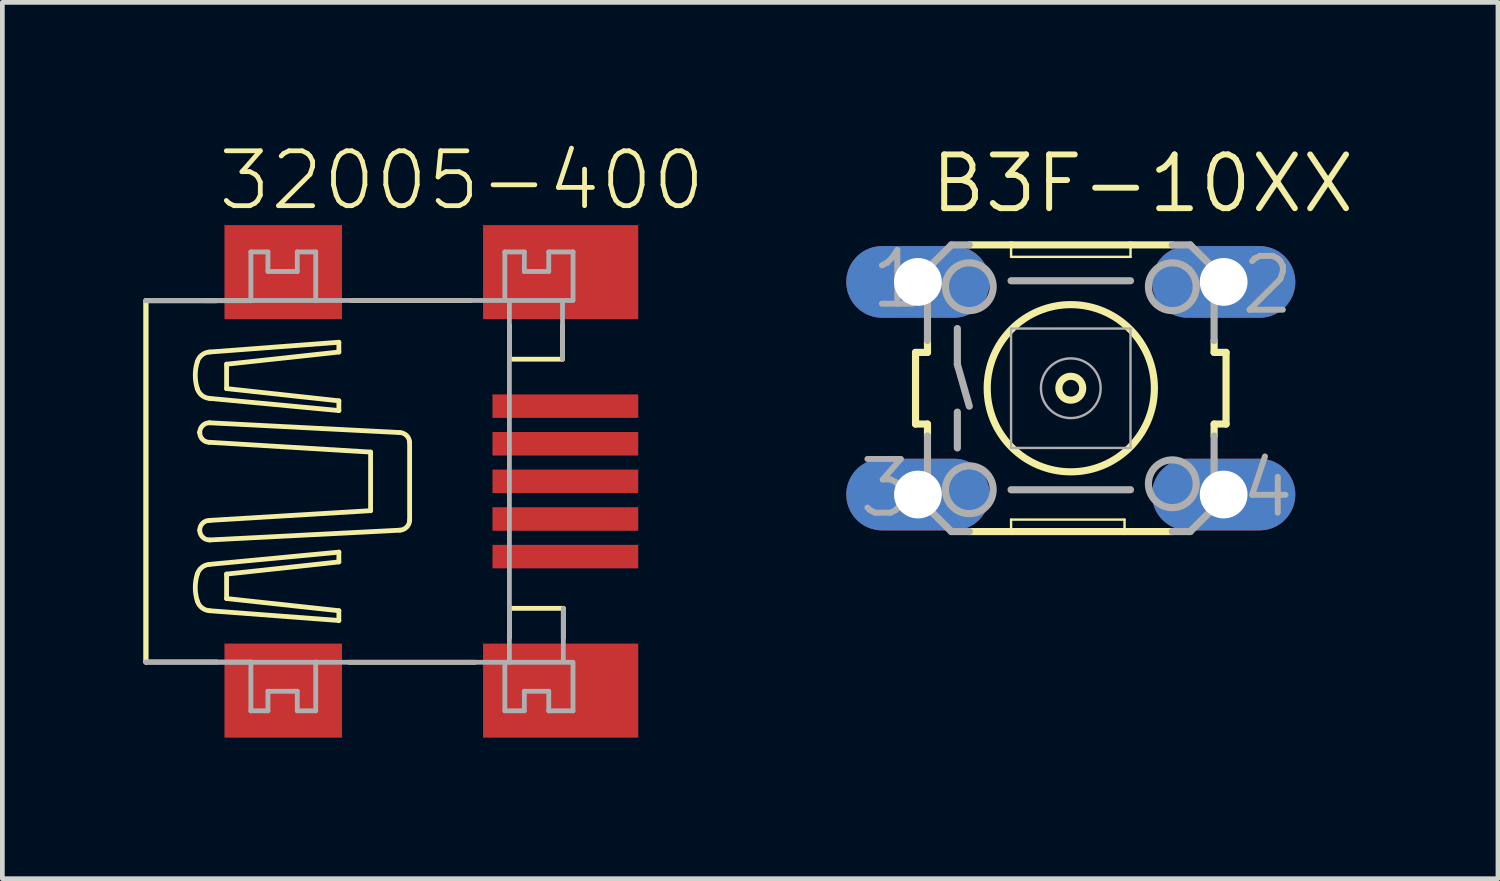
<source format=kicad_pcb>
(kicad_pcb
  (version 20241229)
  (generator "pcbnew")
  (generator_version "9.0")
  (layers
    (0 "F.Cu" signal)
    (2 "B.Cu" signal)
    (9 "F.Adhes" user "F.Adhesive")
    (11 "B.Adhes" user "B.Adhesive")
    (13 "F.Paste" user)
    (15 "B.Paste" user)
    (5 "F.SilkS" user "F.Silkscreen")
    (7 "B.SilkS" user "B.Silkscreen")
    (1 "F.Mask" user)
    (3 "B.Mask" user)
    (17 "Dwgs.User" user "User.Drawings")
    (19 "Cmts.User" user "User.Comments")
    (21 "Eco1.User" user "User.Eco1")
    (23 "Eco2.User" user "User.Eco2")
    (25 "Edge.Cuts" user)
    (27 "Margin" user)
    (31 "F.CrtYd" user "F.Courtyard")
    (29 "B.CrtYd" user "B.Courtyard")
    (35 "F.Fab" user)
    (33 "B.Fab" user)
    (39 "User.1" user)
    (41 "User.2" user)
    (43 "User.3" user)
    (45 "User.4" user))
  (footprint "B3F-10XX"
    (layer "F.Cu")
    (at 19.724 5.207)
    (property "Reference" "B3F-10XX" (at -3.048 -3.683 0) (layer "F.SilkS") (effects (font (size 1.143 1.143) (thickness 0.127)) (justify left bottom)))
    (fp_line (start -3.302 -0.762) (end -3.302 0.762) (stroke (width 0.152) (type solid)) (layer "F.SilkS"))
    (fp_line (start -3.302 -0.762) (end -3.048 -0.762) (stroke (width 0.152) (type solid)) (layer "F.SilkS"))
    (fp_line (start -3.048 -0.762) (end -3.048 -1.016) (stroke (width 0.152) (type solid)) (layer "F.SilkS"))
    (fp_line (start -3.048 0.762) (end -3.302 0.762) (stroke (width 0.152) (type solid)) (layer "F.SilkS"))
    (fp_line (start -3.048 0.762) (end -3.048 1.016) (stroke (width 0.152) (type solid)) (layer "F.SilkS"))
    (fp_line (start -2.159 3.048) (end -1.27 3.048) (stroke (width 0.152) (type solid)) (layer "F.SilkS"))
    (fp_line (start -1.27 -3.048) (end -2.159 -3.048) (stroke (width 0.152) (type solid)) (layer "F.SilkS"))
    (fp_line (start -1.27 -3.048) (end -1.27 -2.794) (stroke (width 0.051) (type solid)) (layer "F.SilkS"))
    (fp_line (start -1.27 2.794) (end -1.27 3.048) (stroke (width 0.051) (type solid)) (layer "F.SilkS"))
    (fp_line (start -1.27 3.048) (end 1.143 3.048) (stroke (width 0.152) (type solid)) (layer "F.SilkS"))
    (fp_line (start 1.143 2.794) (end -1.27 2.794) (stroke (width 0.051) (type solid)) (layer "F.SilkS"))
    (fp_line (start 1.143 2.794) (end 1.143 3.048) (stroke (width 0.051) (type solid)) (layer "F.SilkS"))
    (fp_line (start 1.143 3.048) (end 2.159 3.048) (stroke (width 0.152) (type solid)) (layer "F.SilkS"))
    (fp_line (start 1.27 -3.048) (end -1.27 -3.048) (stroke (width 0.152) (type solid)) (layer "F.SilkS"))
    (fp_line (start 1.27 -2.794) (end -1.27 -2.794) (stroke (width 0.051) (type solid)) (layer "F.SilkS"))
    (fp_line (start 1.27 -2.794) (end 1.27 -3.048) (stroke (width 0.051) (type solid)) (layer "F.SilkS"))
    (fp_line (start 2.159 -3.048) (end 1.27 -3.048) (stroke (width 0.152) (type solid)) (layer "F.SilkS"))
    (fp_line (start 3.048 -0.762) (end 3.048 -1.016) (stroke (width 0.152) (type solid)) (layer "F.SilkS"))
    (fp_line (start 3.048 -0.762) (end 3.302 -0.762) (stroke (width 0.152) (type solid)) (layer "F.SilkS"))
    (fp_line (start 3.048 0.762) (end 3.048 1.016) (stroke (width 0.152) (type solid)) (layer "F.SilkS"))
    (fp_line (start 3.302 0.762) (end 3.048 0.762) (stroke (width 0.152) (type solid)) (layer "F.SilkS"))
    (fp_line (start 3.302 0.762) (end 3.302 -0.762) (stroke (width 0.152) (type solid)) (layer "F.SilkS"))
    (fp_circle (center 0 0) (end 0.254 0) (stroke (width 0.152) (type solid)) (fill no) (layer "F.SilkS"))
    (fp_circle (center 0 0) (end 1.778 0) (stroke (width 0.152) (type solid)) (fill no) (layer "F.SilkS"))
    (fp_line (start -3.048 -2.54) (end -3.048 -1.016) (stroke (width 0.152) (type solid)) (layer "F.Fab"))
    (fp_line (start -3.048 2.54) (end -3.048 1.016) (stroke (width 0.152) (type solid)) (layer "F.Fab"))
    (fp_line (start -2.54 -3.048) (end -3.048 -2.54) (stroke (width 0.152) (type solid)) (layer "F.Fab"))
    (fp_line (start -2.54 -3.048) (end -2.159 -3.048) (stroke (width 0.152) (type solid)) (layer "F.Fab"))
    (fp_line (start -2.54 3.048) (end -3.048 2.54) (stroke (width 0.152) (type solid)) (layer "F.Fab"))
    (fp_line (start -2.54 3.048) (end -2.159 3.048) (stroke (width 0.152) (type solid)) (layer "F.Fab"))
    (fp_line (start -2.413 -1.27) (end -2.413 -0.508) (stroke (width 0.152) (type solid)) (layer "F.Fab"))
    (fp_line (start -2.413 -0.508) (end -2.159 0.381) (stroke (width 0.152) (type solid)) (layer "F.Fab"))
    (fp_line (start -2.413 0.508) (end -2.413 1.27) (stroke (width 0.152) (type solid)) (layer "F.Fab"))
    (fp_line (start -1.27 -1.27) (end -1.27 1.27) (stroke (width 0.051) (type solid)) (layer "F.Fab"))
    (fp_line (start -1.27 -1.27) (end 1.27 -1.27) (stroke (width 0.051) (type solid)) (layer "F.Fab"))
    (fp_line (start -1.27 2.159) (end 1.27 2.159) (stroke (width 0.152) (type solid)) (layer "F.Fab"))
    (fp_line (start 1.27 -2.286) (end -1.27 -2.286) (stroke (width 0.152) (type solid)) (layer "F.Fab"))
    (fp_line (start 1.27 1.27) (end -1.27 1.27) (stroke (width 0.051) (type solid)) (layer "F.Fab"))
    (fp_line (start 1.27 1.27) (end 1.27 -1.27) (stroke (width 0.051) (type solid)) (layer "F.Fab"))
    (fp_line (start 2.54 -3.048) (end 2.159 -3.048) (stroke (width 0.152) (type solid)) (layer "F.Fab"))
    (fp_line (start 2.54 3.048) (end 2.159 3.048) (stroke (width 0.152) (type solid)) (layer "F.Fab"))
    (fp_line (start 2.54 3.048) (end 3.048 2.54) (stroke (width 0.152) (type solid)) (layer "F.Fab"))
    (fp_line (start 3.048 -2.54) (end 2.54 -3.048) (stroke (width 0.152) (type solid)) (layer "F.Fab"))
    (fp_line (start 3.048 -1.016) (end 3.048 -2.54) (stroke (width 0.152) (type solid)) (layer "F.Fab"))
    (fp_line (start 3.048 2.54) (end 3.048 1.016) (stroke (width 0.152) (type solid)) (layer "F.Fab"))
    (fp_circle (center -2.159 -2.159) (end -1.651 -2.159) (stroke (width 0.152) (type solid)) (fill no) (layer "F.Fab"))
    (fp_circle (center -2.159 2.159) (end -1.651 2.159) (stroke (width 0.152) (type solid)) (fill no) (layer "F.Fab"))
    (fp_circle (center 0 0) (end 0.635 0) (stroke (width 0.051) (type solid)) (fill no) (layer "F.Fab"))
    (fp_circle (center 2.159 -2.159) (end 2.667 -2.159) (stroke (width 0.152) (type solid)) (fill no) (layer "F.Fab"))
    (fp_circle (center 2.159 2.032) (end 2.667 2.032) (stroke (width 0.152) (type solid)) (fill no) (layer "F.Fab"))
    (fp_text user "3" (at -4.572 2.794 0) (layer "F.Fab") (effects (font (size 1.143 1.143) (thickness 0.127)) (justify left bottom)))
    (fp_text user "1" (at -4.318 -1.651 0) (layer "F.Fab") (effects (font (size 1.143 1.143) (thickness 0.127)) (justify left bottom)))
    (fp_text user "2" (at 3.556 -1.524 0) (layer "F.Fab") (effects (font (size 1.143 1.143) (thickness 0.127)) (justify left bottom)))
    (fp_text user "4" (at 3.556 2.794 0) (layer "F.Fab") (effects (font (size 1.143 1.143) (thickness 0.127)) (justify left bottom)))
    (pad "1" thru_hole oval (at -3.251 -2.261) (size 3.048 1.524) (drill 1.016) (layers "*.Cu" "*.Mask"))
    (pad "2" thru_hole oval (at 3.251 -2.261) (size 3.048 1.524) (drill 1.016) (layers "*.Cu" "*.Mask"))
    (pad "3" thru_hole oval (at -3.251 2.261) (size 3.048 1.524) (drill 1.016) (layers "*.Cu" "*.Mask"))
    (pad "4" thru_hole oval (at 3.251 2.261) (size 3.048 1.524) (drill 1.016) (layers "*.Cu" "*.Mask")))
  (footprint "32005-400"
    (layer "F.Cu")
    (at 5.974 7.188)
    (property "Reference" "32005-400" (at -4.445 -5.715 0) (layer "F.SilkS") (effects (font (size 1.168 1.168) (thickness 0.102)) (justify left bottom)))
    (fp_line (start -5.923 3.847) (end -5.923 -3.847) (stroke (width 0.102) (type solid)) (layer "F.SilkS"))
    (fp_line (start -5.918 -3.842) (end -4.415 -3.841) (stroke (width 0.102) (type solid)) (layer "F.SilkS"))
    (fp_line (start -5.918 3.841) (end -5.918 -3.842) (stroke (width 0.102) (type solid)) (layer "F.SilkS"))
    (fp_line (start -5.918 3.841) (end -4.415 3.841) (stroke (width 0.102) (type solid)) (layer "F.SilkS"))
    (fp_line (start -5.918 3.841) (end -5.918 3.841) (stroke (width 0.102) (type solid)) (layer "F.SilkS"))
    (fp_line (start -4.776 -1.038) (end -4.776 -1.038) (stroke (width 0.102) (type solid)) (layer "F.SilkS"))
    (fp_line (start -4.569 -1.765) (end -1.817 -1.506) (stroke (width 0.102) (type solid)) (layer "F.SilkS"))
    (fp_line (start -4.569 -0.831) (end -1.142 -0.623) (stroke (width 0.102) (type solid)) (layer "F.SilkS"))
    (fp_line (start -4.569 0.83) (end -1.142 0.623) (stroke (width 0.102) (type solid)) (layer "F.SilkS"))
    (fp_line (start -4.569 1.765) (end -1.817 1.505) (stroke (width 0.102) (type solid)) (layer "F.SilkS"))
    (fp_line (start -4.568 -1.246) (end -0.519 -1.038) (stroke (width 0.102) (type solid)) (layer "F.SilkS"))
    (fp_line (start -4.568 1.246) (end -0.519 1.038) (stroke (width 0.102) (type solid)) (layer "F.SilkS"))
    (fp_line (start -4.205 -2.492) (end -1.817 -2.751) (stroke (width 0.102) (type solid)) (layer "F.SilkS"))
    (fp_line (start -4.205 -1.973) (end -4.205 -2.492) (stroke (width 0.102) (type solid)) (layer "F.SilkS"))
    (fp_line (start -4.205 1.972) (end -4.205 2.492) (stroke (width 0.102) (type solid)) (layer "F.SilkS"))
    (fp_line (start -4.205 2.492) (end -1.817 2.751) (stroke (width 0.102) (type solid)) (layer "F.SilkS"))
    (fp_line (start -1.817 -2.959) (end -4.569 -2.751) (stroke (width 0.102) (type solid)) (layer "F.SilkS"))
    (fp_line (start -1.817 -2.751) (end -1.817 -2.959) (stroke (width 0.102) (type solid)) (layer "F.SilkS"))
    (fp_line (start -1.817 -1.713) (end -4.205 -1.973) (stroke (width 0.102) (type solid)) (layer "F.SilkS"))
    (fp_line (start -1.817 -1.506) (end -1.817 -1.713) (stroke (width 0.102) (type solid)) (layer "F.SilkS"))
    (fp_line (start -1.817 1.505) (end -1.817 1.713) (stroke (width 0.102) (type solid)) (layer "F.SilkS"))
    (fp_line (start -1.817 1.713) (end -4.205 1.972) (stroke (width 0.102) (type solid)) (layer "F.SilkS"))
    (fp_line (start -1.817 2.751) (end -1.817 2.959) (stroke (width 0.102) (type solid)) (layer "F.SilkS"))
    (fp_line (start -1.817 2.959) (end -4.569 2.751) (stroke (width 0.102) (type solid)) (layer "F.SilkS"))
    (fp_line (start -1.552 -3.847) (end 0.983 -3.847) (stroke (width 0.102) (type solid)) (layer "F.SilkS"))
    (fp_line (start -1.142 0.623) (end -1.142 -0.623) (stroke (width 0.102) (type solid)) (layer "F.SilkS"))
    (fp_line (start -0.312 0.83) (end -0.312 -0.831) (stroke (width 0.102) (type solid)) (layer "F.SilkS"))
    (fp_line (start 1.084 3.847) (end -1.603 3.847) (stroke (width 0.102) (type solid)) (layer "F.SilkS"))
    (fp_line (start 1.81 -2.599) (end 1.81 -3.324) (stroke (width 0.102) (type solid)) (layer "F.SilkS"))
    (fp_line (start 1.81 2.7) (end 1.81 3.324) (stroke (width 0.102) (type solid)) (layer "F.SilkS"))
    (fp_line (start 2.94 -3.324) (end 2.94 -2.599) (stroke (width 0.102) (type solid)) (layer "F.SilkS"))
    (fp_line (start 2.94 -2.599) (end 1.81 -2.599) (stroke (width 0.102) (type solid)) (layer "F.SilkS"))
    (fp_line (start 2.957 2.7) (end 1.81 2.7) (stroke (width 0.102) (type solid)) (layer "F.SilkS"))
    (fp_line (start 2.957 3.332) (end 2.957 2.7) (stroke (width 0.102) (type solid)) (layer "F.SilkS"))
    (fp_arc (start -4.828 -2.5438) (mid -4.730297 -2.687659) (end -4.5685 -2.7514) (stroke (width 0.1016) (type solid)) (layer "F.SilkS"))
    (fp_arc (start -4.828 -1.9727) (mid -4.870802 -2.25825) (end -4.828 -2.5438) (stroke (width 0.1016) (type solid)) (layer "F.SilkS"))
    (fp_arc (start -4.828 1.9725) (mid -4.730298 1.828641) (end -4.568501 1.764899) (stroke (width 0.1016) (type solid)) (layer "F.SilkS"))
    (fp_arc (start -4.828 2.5436) (mid -4.870802 2.25805) (end -4.828 1.9725) (stroke (width 0.1016) (type solid)) (layer "F.SilkS"))
    (fp_arc (start -4.7761 -1.0383) (mid -4.715295 -1.185095) (end -4.5685 -1.2459) (stroke (width 0.1016) (type solid)) (layer "F.SilkS"))
    (fp_arc (start -4.7761 1.038) (mid -4.715295 0.891205) (end -4.5685 0.8304) (stroke (width 0.1016) (type solid)) (layer "F.SilkS"))
    (fp_arc (start -4.568501 -1.765099) (mid -4.730298 -1.828841) (end -4.828 -1.9727) (stroke (width 0.1016) (type solid)) (layer "F.SilkS"))
    (fp_arc (start -4.5685 -0.8306) (mid -4.715295 -0.891405) (end -4.7761 -1.0382) (stroke (width 0.1016) (type solid)) (layer "F.SilkS"))
    (fp_arc (start -4.5685 1.2457) (mid -4.715295 1.184895) (end -4.7761 1.0381) (stroke (width 0.1016) (type solid)) (layer "F.SilkS"))
    (fp_arc (start -4.5685 2.7512) (mid -4.730297 2.687459) (end -4.828 2.5436) (stroke (width 0.1016) (type solid)) (layer "F.SilkS"))
    (fp_arc (start -0.5192 -1.0383) (mid -0.375653 -0.974177) (end -0.311598 -0.8306) (stroke (width 0.1016) (type solid)) (layer "F.SilkS"))
    (fp_arc (start -0.311599 0.830399) (mid -0.375679 0.973951) (end -0.5192 1.0381) (stroke (width 0.1016) (type solid)) (layer "F.SilkS"))
    (fp_line (start -5.923 -3.847) (end 3.16 -3.847) (stroke (width 0.102) (type solid)) (layer "F.Fab"))
    (fp_line (start -5.918 -3.842) (end -3.688 -3.842) (stroke (width 0.102) (type solid)) (layer "F.Fab"))
    (fp_line (start -5.918 3.841) (end -3.688 3.841) (stroke (width 0.102) (type solid)) (layer "F.Fab"))
    (fp_line (start -3.688 -4.88) (end -3.325 -4.88) (stroke (width 0.102) (type solid)) (layer "F.Fab"))
    (fp_line (start -3.688 -3.842) (end -3.688 -4.88) (stroke (width 0.102) (type solid)) (layer "F.Fab"))
    (fp_line (start -3.688 3.841) (end -3.688 4.88) (stroke (width 0.102) (type solid)) (layer "F.Fab"))
    (fp_line (start -3.688 4.88) (end -3.325 4.88) (stroke (width 0.102) (type solid)) (layer "F.Fab"))
    (fp_line (start -3.325 -4.88) (end -3.325 -4.465) (stroke (width 0.102) (type solid)) (layer "F.Fab"))
    (fp_line (start -3.325 -4.465) (end -2.701 -4.465) (stroke (width 0.102) (type solid)) (layer "F.Fab"))
    (fp_line (start -3.325 4.464) (end -2.701 4.464) (stroke (width 0.102) (type solid)) (layer "F.Fab"))
    (fp_line (start -3.325 4.88) (end -3.325 4.464) (stroke (width 0.102) (type solid)) (layer "F.Fab"))
    (fp_line (start -2.701 -4.88) (end -2.309 -4.88) (stroke (width 0.102) (type solid)) (layer "F.Fab"))
    (fp_line (start -2.701 -4.465) (end -2.701 -4.88) (stroke (width 0.102) (type solid)) (layer "F.Fab"))
    (fp_line (start -2.701 4.464) (end -2.701 4.88) (stroke (width 0.102) (type solid)) (layer "F.Fab"))
    (fp_line (start -2.701 4.88) (end -2.309 4.88) (stroke (width 0.102) (type solid)) (layer "F.Fab"))
    (fp_line (start -2.309 -4.88) (end -2.309 -3.842) (stroke (width 0.102) (type solid)) (layer "F.Fab"))
    (fp_line (start -2.309 4.88) (end -2.309 3.841) (stroke (width 0.102) (type solid)) (layer "F.Fab"))
    (fp_line (start 1.713 -4.88) (end 2.128 -4.88) (stroke (width 0.102) (type solid)) (layer "F.Fab"))
    (fp_line (start 1.713 -3.886) (end 1.713 -4.88) (stroke (width 0.102) (type solid)) (layer "F.Fab"))
    (fp_line (start 1.713 3.885) (end 1.713 4.88) (stroke (width 0.102) (type solid)) (layer "F.Fab"))
    (fp_line (start 1.713 4.88) (end 2.128 4.88) (stroke (width 0.102) (type solid)) (layer "F.Fab"))
    (fp_line (start 1.81 -3.78) (end 1.81 3.847) (stroke (width 0.102) (type solid)) (layer "F.Fab"))
    (fp_line (start 2.128 -4.88) (end 2.128 -4.465) (stroke (width 0.102) (type solid)) (layer "F.Fab"))
    (fp_line (start 2.128 -4.465) (end 2.647 -4.465) (stroke (width 0.102) (type solid)) (layer "F.Fab"))
    (fp_line (start 2.128 4.464) (end 2.647 4.464) (stroke (width 0.102) (type solid)) (layer "F.Fab"))
    (fp_line (start 2.128 4.88) (end 2.128 4.464) (stroke (width 0.102) (type solid)) (layer "F.Fab"))
    (fp_line (start 2.647 -4.88) (end 3.164 -4.88) (stroke (width 0.102) (type solid)) (layer "F.Fab"))
    (fp_line (start 2.647 -4.465) (end 2.647 -4.88) (stroke (width 0.102) (type solid)) (layer "F.Fab"))
    (fp_line (start 2.647 4.464) (end 2.647 4.88) (stroke (width 0.102) (type solid)) (layer "F.Fab"))
    (fp_line (start 2.647 4.88) (end 3.163 4.88) (stroke (width 0.102) (type solid)) (layer "F.Fab"))
    (fp_line (start 2.94 -3.797) (end 2.94 -2.599) (stroke (width 0.102) (type solid)) (layer "F.Fab"))
    (fp_line (start 2.957 3.822) (end 2.957 2.7) (stroke (width 0.102) (type solid)) (layer "F.Fab"))
    (fp_line (start 3.16 3.847) (end -5.923 3.847) (stroke (width 0.102) (type solid)) (layer "F.Fab"))
    (fp_line (start 3.163 4.88) (end 3.163 3.852) (stroke (width 0.102) (type solid)) (layer "F.Fab"))
    (fp_line (start 3.164 -4.88) (end 3.164 -3.852) (stroke (width 0.102) (type solid)) (layer "F.Fab"))
    (pad "1" smd rect (at 3 -1.6) (size 3.1 0.5) (layers "F.Cu" "F.Mask" "F.Paste"))
    (pad "2" smd rect (at 3 -0.8) (size 3.1 0.5) (layers "F.Cu" "F.Mask" "F.Paste"))
    (pad "3" smd rect (at 3 0) (size 3.1 0.5) (layers "F.Cu" "F.Mask" "F.Paste"))
    (pad "4" smd rect (at 3 0.8) (size 3.1 0.5) (layers "F.Cu" "F.Mask" "F.Paste"))
    (pad "5" smd rect (at 3 1.6) (size 3.1 0.5) (layers "F.Cu" "F.Mask" "F.Paste"))
    (pad "M1" smd rect (at -3 4.45) (size 2.5 2) (layers "F.Cu" "F.Mask" "F.Paste"))
    (pad "M2" smd rect (at -3 -4.45) (size 2.5 2) (layers "F.Cu" "F.Mask" "F.Paste"))
    (pad "M3" smd rect (at 2.9 -4.45) (size 3.3 2) (layers "F.Cu" "F.Mask" "F.Paste"))
    (pad "M4" smd rect (at 2.9 4.45) (size 3.3 2) (layers "F.Cu" "F.Mask" "F.Paste")))
  (gr_rect
    (start -3 -3)
    (end 28.809 15.638)
    (stroke (width 0.1) (type default))
    (fill no)
    (layer "Edge.Cuts")))
</source>
